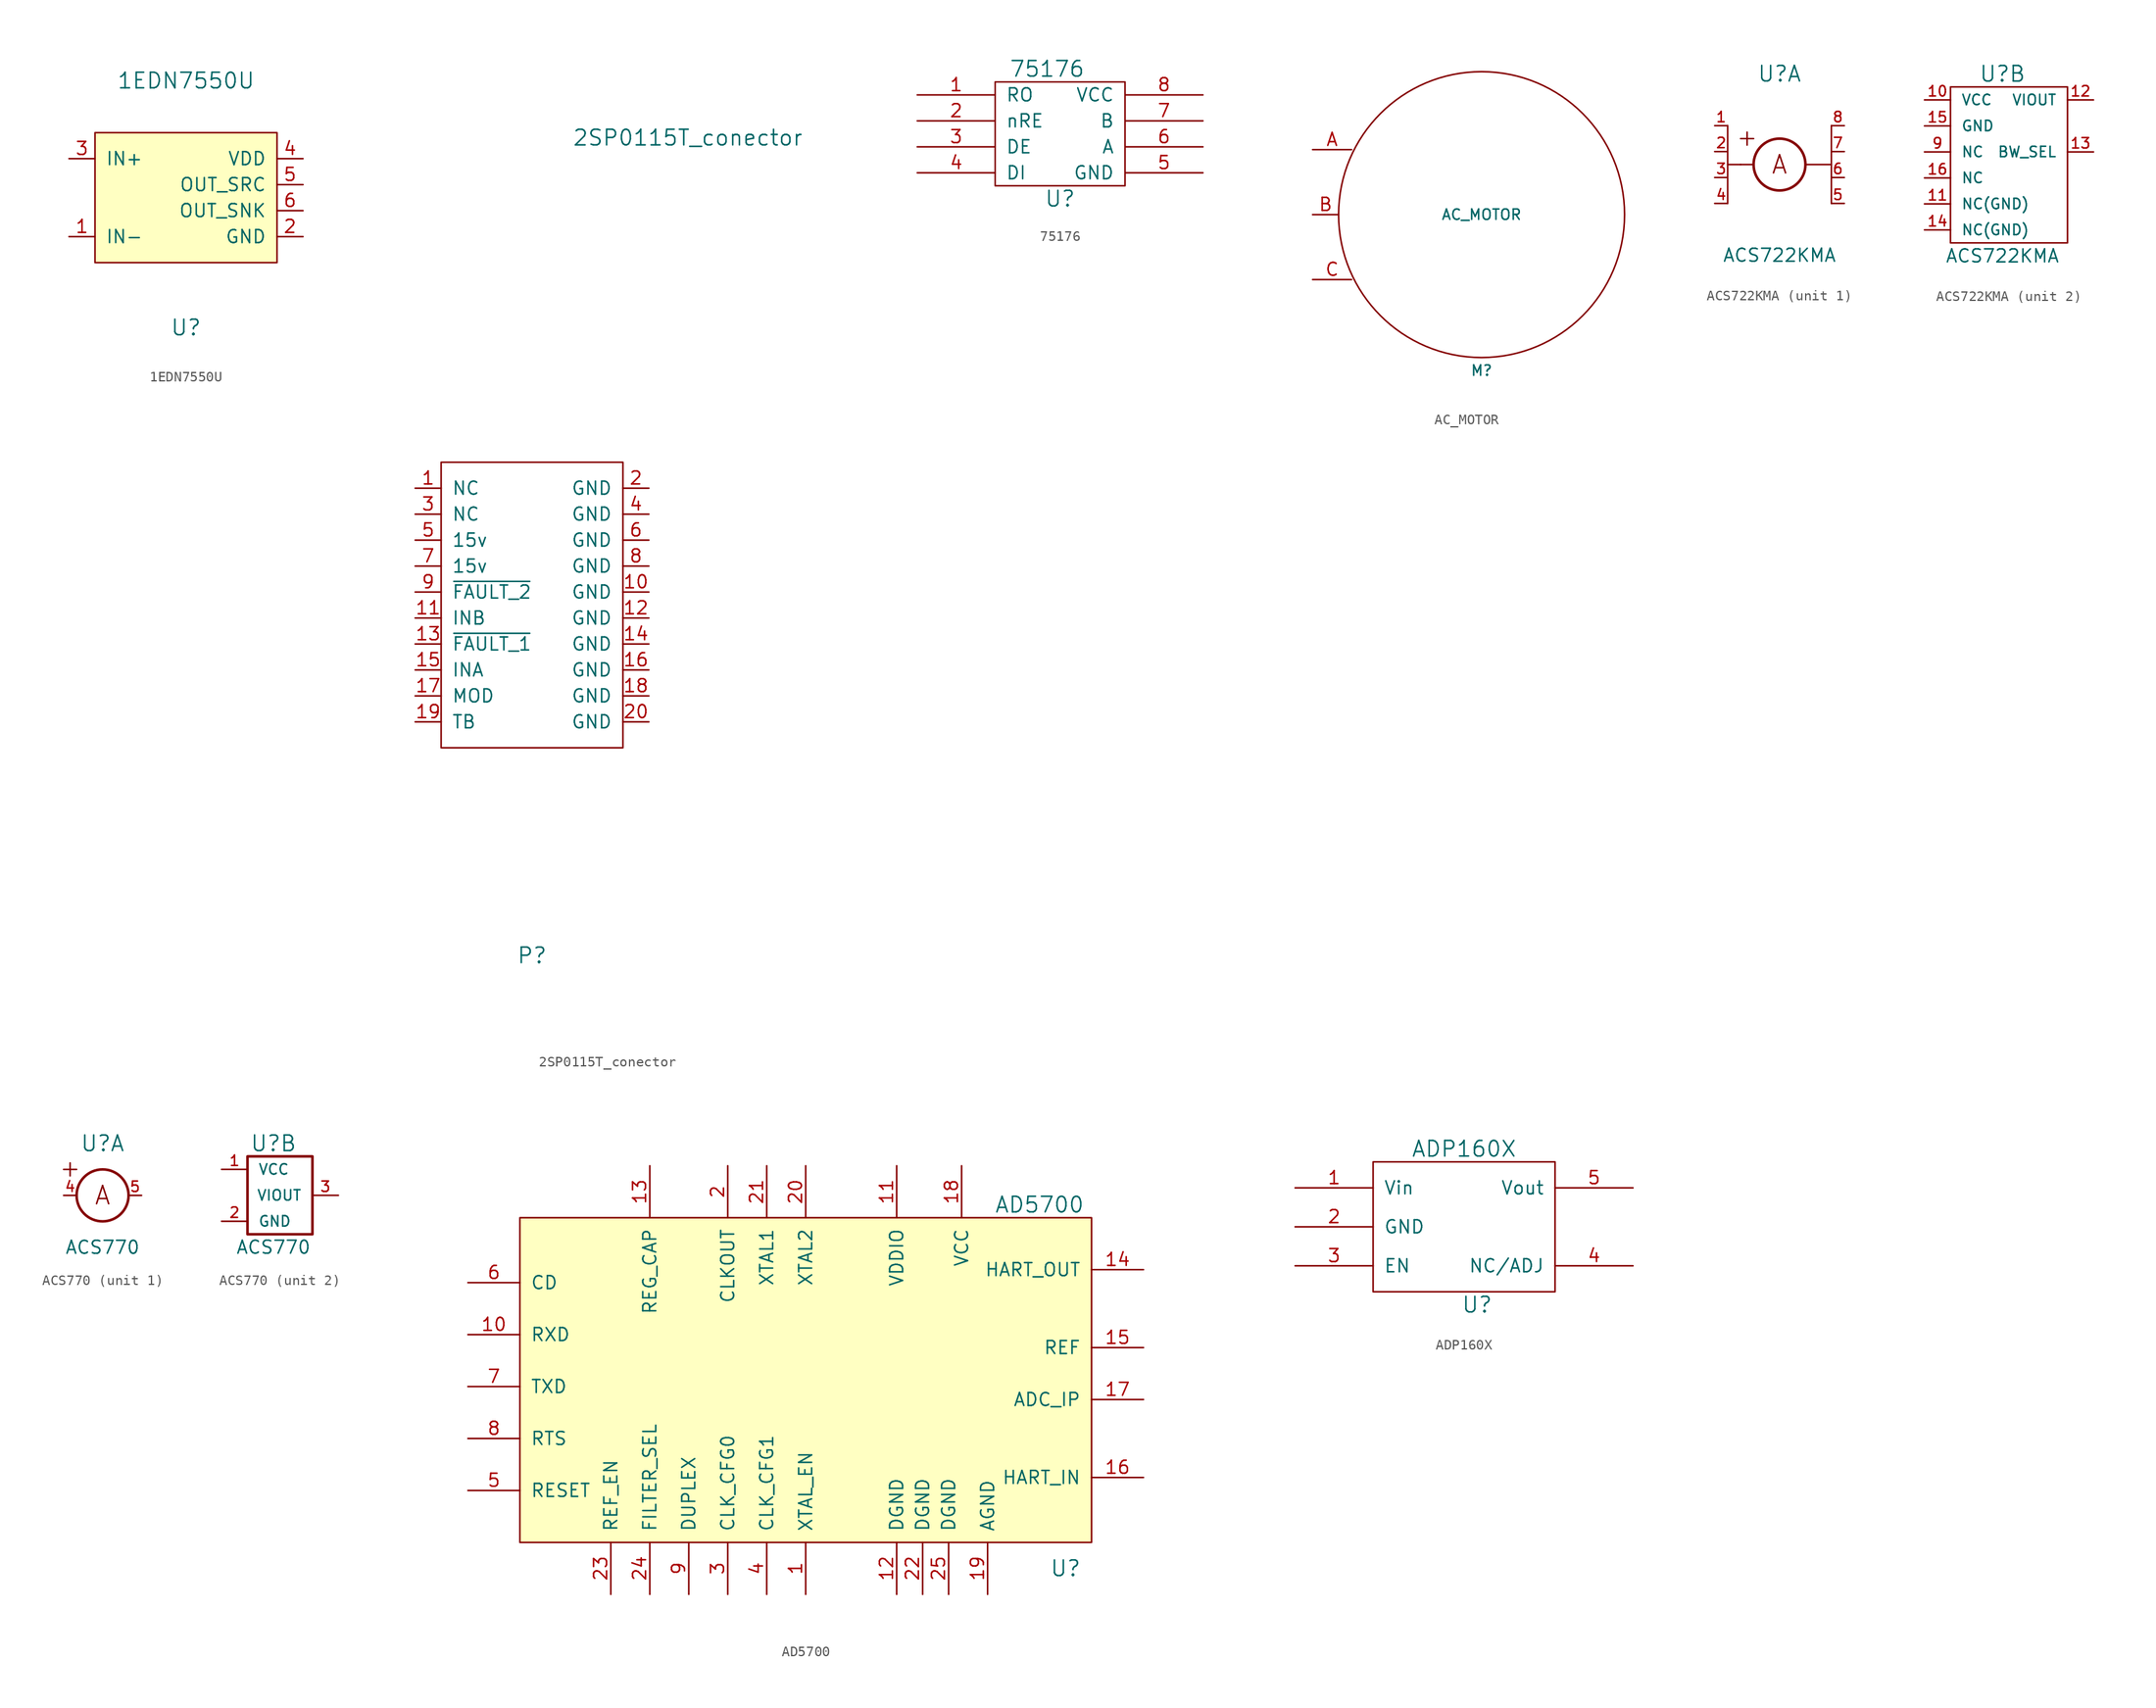
<source format=kicad_sym>
(kicad_symbol_lib
  (version 20211014)
  (generator kicad_symbol_editor)
  (symbol "1EDN7550U"
    (pin_names
      (offset 1.016))
    (property "Reference" "U"
      (at 0 -12.7 0)
      (effects (font (size 1.524 1.524))))
    (property "Value" "1EDN7550U"
      (at 0 11.43 0)
      (effects (font (size 1.524 1.524))))
    (symbol "1EDN7550U_0_1"
      (rectangle (start -8.89 6.35) (end 8.89 -6.35) (stroke (width 0) (type default) (color 0 0 0 0)) (fill (type background))))
    (symbol "1EDN7550U_1_1"
      (pin input line (at -11.43 -3.81 0) (length 2.54) (name "IN-" (effects (font (size 1.27 1.27)))) (number "1" (effects (font (size 1.27 1.27)))))
      (pin input line (at 11.43 -3.81 180) (length 2.54) (name "GND" (effects (font (size 1.27 1.27)))) (number "2" (effects (font (size 1.27 1.27)))))
      (pin input line (at -11.43 3.81 0) (length 2.54) (name "IN+" (effects (font (size 1.27 1.27)))) (number "3" (effects (font (size 1.27 1.27)))))
      (pin input line (at 11.43 3.81 180) (length 2.54) (name "VDD" (effects (font (size 1.27 1.27)))) (number "4" (effects (font (size 1.27 1.27)))))
      (pin input line (at 11.43 1.27 180) (length 2.54) (name "OUT_SRC" (effects (font (size 1.27 1.27)))) (number "5" (effects (font (size 1.27 1.27)))))
      (pin input line (at 11.43 -1.27 180) (length 2.54) (name "OUT_SNK" (effects (font (size 1.27 1.27)))) (number "6" (effects (font (size 1.27 1.27)))))))
  (symbol "2SP0115T_conector"
    (pin_names
      (offset 1.016))
    (property "Reference" "P"
      (at 0 -34.29 0)
      (effects (font (size 1.524 1.524))))
    (property "Value" "2SP0115T_conector"
      (at 15.24 45.72 0)
      (effects (font (size 1.524 1.524))))
    (symbol "2SP0115T_conector_0_1"
      (rectangle (start -8.89 13.97) (end 8.89 -13.97) (stroke (width 0) (type default) (color 0 0 0 0)) (fill (type none))))
    (symbol "2SP0115T_conector_1_1"
      (pin passive line (at -11.43 11.43 0) (length 2.54) (name "NC" (effects (font (size 1.27 1.27)))) (number "1" (effects (font (size 1.27 1.27)))))
      (pin power_in line (at 11.43 1.27 180) (length 2.54) (name "GND" (effects (font (size 1.27 1.27)))) (number "10" (effects (font (size 1.27 1.27)))))
      (pin input line (at -11.43 -1.27 0) (length 2.54) (name "INB" (effects (font (size 1.27 1.27)))) (number "11" (effects (font (size 1.27 1.27)))))
      (pin power_in line (at 11.43 -1.27 180) (length 2.54) (name "GND" (effects (font (size 1.27 1.27)))) (number "12" (effects (font (size 1.27 1.27)))))
      (pin output line (at -11.43 -3.81 0) (length 2.54) (name "~{FAULT_1}" (effects (font (size 1.27 1.27)))) (number "13" (effects (font (size 1.27 1.27)))))
      (pin power_in line (at 11.43 -3.81 180) (length 2.54) (name "GND" (effects (font (size 1.27 1.27)))) (number "14" (effects (font (size 1.27 1.27)))))
      (pin input line (at -11.43 -6.35 0) (length 2.54) (name "INA" (effects (font (size 1.27 1.27)))) (number "15" (effects (font (size 1.27 1.27)))))
      (pin power_in line (at 11.43 -6.35 180) (length 2.54) (name "GND" (effects (font (size 1.27 1.27)))) (number "16" (effects (font (size 1.27 1.27)))))
      (pin input line (at -11.43 -8.89 0) (length 2.54) (name "MOD" (effects (font (size 1.27 1.27)))) (number "17" (effects (font (size 1.27 1.27)))))
      (pin power_in line (at 11.43 -8.89 180) (length 2.54) (name "GND" (effects (font (size 1.27 1.27)))) (number "18" (effects (font (size 1.27 1.27)))))
      (pin input line (at -11.43 -11.43 0) (length 2.54) (name "TB" (effects (font (size 1.27 1.27)))) (number "19" (effects (font (size 1.27 1.27)))))
      (pin power_in line (at 11.43 11.43 180) (length 2.54) (name "GND" (effects (font (size 1.27 1.27)))) (number "2" (effects (font (size 1.27 1.27)))))
      (pin power_in line (at 11.43 -11.43 180) (length 2.54) (name "GND" (effects (font (size 1.27 1.27)))) (number "20" (effects (font (size 1.27 1.27)))))
      (pin passive line (at -11.43 8.89 0) (length 2.54) (name "NC" (effects (font (size 1.27 1.27)))) (number "3" (effects (font (size 1.27 1.27)))))
      (pin power_in line (at 11.43 8.89 180) (length 2.54) (name "GND" (effects (font (size 1.27 1.27)))) (number "4" (effects (font (size 1.27 1.27)))))
      (pin power_in line (at -11.43 6.35 0) (length 2.54) (name "15v" (effects (font (size 1.27 1.27)))) (number "5" (effects (font (size 1.27 1.27)))))
      (pin power_in line (at 11.43 6.35 180) (length 2.54) (name "GND" (effects (font (size 1.27 1.27)))) (number "6" (effects (font (size 1.27 1.27)))))
      (pin power_in line (at -11.43 3.81 0) (length 2.54) (name "15v" (effects (font (size 1.27 1.27)))) (number "7" (effects (font (size 1.27 1.27)))))
      (pin power_in line (at 11.43 3.81 180) (length 2.54) (name "GND" (effects (font (size 1.27 1.27)))) (number "8" (effects (font (size 1.27 1.27)))))
      (pin output line (at -11.43 1.27 0) (length 2.54) (name "~{FAULT_2}" (effects (font (size 1.27 1.27)))) (number "9" (effects (font (size 1.27 1.27)))))))
  (symbol "75176"
    (pin_names
      (offset 1.016))
    (property "Reference" "U"
      (at 0 -6.35 0)
      (effects (font (size 1.524 1.524))))
    (property "Value" "75176"
      (at -1.27 6.35 0)
      (effects (font (size 1.524 1.524))))
    (property "Footprint" ""
      (at 0 0 0)
      (effects (font (size 1.524 1.524))))
    (property "Datasheet" ""
      (at 0 0 0)
      (effects (font (size 1.524 1.524))))
    (symbol "75176_0_1"
      (rectangle (start -6.35 5.08) (end 6.35 -5.08) (stroke (width 0) (type default) (color 0 0 0 0)) (fill (type none))))
    (symbol "75176_1_1"
      (pin input line (at -13.97 3.81 0) (length 7.62) (name "RO" (effects (font (size 1.27 1.27)))) (number "1" (effects (font (size 1.27 1.27)))))
      (pin input line (at -13.97 1.27 0) (length 7.62) (name "nRE" (effects (font (size 1.27 1.27)))) (number "2" (effects (font (size 1.27 1.27)))))
      (pin input line (at -13.97 -1.27 0) (length 7.62) (name "DE" (effects (font (size 1.27 1.27)))) (number "3" (effects (font (size 1.27 1.27)))))
      (pin input line (at -13.97 -3.81 0) (length 7.62) (name "DI" (effects (font (size 1.27 1.27)))) (number "4" (effects (font (size 1.27 1.27)))))
      (pin input line (at 13.97 -3.81 180) (length 7.62) (name "GND" (effects (font (size 1.27 1.27)))) (number "5" (effects (font (size 1.27 1.27)))))
      (pin input line (at 13.97 -1.27 180) (length 7.62) (name "A" (effects (font (size 1.27 1.27)))) (number "6" (effects (font (size 1.27 1.27)))))
      (pin input line (at 13.97 1.27 180) (length 7.62) (name "B" (effects (font (size 1.27 1.27)))) (number "7" (effects (font (size 1.27 1.27)))))
      (pin input line (at 13.97 3.81 180) (length 7.62) (name "VCC" (effects (font (size 1.27 1.27)))) (number "8" (effects (font (size 1.27 1.27)))))))
  (symbol "AC_MOTOR"
    (pin_names
      (offset 1.016))
    (property "Reference" "M"
      (at 0 -15.24 0)
      (effects (font (size 1.016 1.016))))
    (property "Value" "AC_MOTOR"
      (at 0 0 0)
      (effects (font (size 1.016 1.016))))
    (symbol "AC_MOTOR_0_1"
      (circle (center 0 0) (radius 13.97) (stroke (width 0) (type default) (color 0 0 0 0)) (fill (type none))))
    (symbol "AC_MOTOR_1_1"
      (pin passive line (at -16.51 6.35 0) (length 3.81) (name "~" (effects (font (size 1.27 1.27)))) (number "A" (effects (font (size 1.27 1.27)))))
      (pin passive line (at -16.51 0 0) (length 2.54) (name "~" (effects (font (size 1.27 1.27)))) (number "B" (effects (font (size 1.27 1.27)))))
      (pin passive line (at -16.51 -6.35 0) (length 3.81) (name "~" (effects (font (size 1.27 1.27)))) (number "C" (effects (font (size 1.27 1.27)))))))
  (symbol "ACS722KMA"
    (pin_names
      (offset 1.016))
    (property "Reference" "U"
      (at 0 8.89 0)
      (effects (font (size 1.524 1.524))))
    (property "Value" "ACS722KMA"
      (at 0 -8.89 0)
      (effects (font (size 1.27 1.27))))
    (property "ki_locked" ""
      (at 0 0 0)
      (effects (font (size 1.27 1.27))))
    (symbol "ACS722KMA_1_0"
      (text "A" (at 0 0 0) (effects (font (size 1.778 1.778)))))
    (symbol "ACS722KMA_1_1"
      (polyline (pts (xy -5.08 -3.81) (xy -5.08 3.81)) (stroke (width 0) (type default) (color 0 0 0 0)) (fill (type none)))
      (polyline (pts (xy -3.81 0) (xy -5.08 0)) (stroke (width 0) (type default) (color 0 0 0 0)) (fill (type none)))
      (polyline (pts (xy -3.81 0) (xy -2.54 0)) (stroke (width 0) (type default) (color 0 0 0 0)) (fill (type none)))
      (polyline (pts (xy -3.175 1.905) (xy -3.175 3.175)) (stroke (width 0) (type default) (color 0 0 0 0)) (fill (type none)))
      (polyline (pts (xy -2.54 2.54) (xy -3.81 2.54)) (stroke (width 0) (type default) (color 0 0 0 0)) (fill (type none)))
      (polyline (pts (xy 5.08 0) (xy 2.54 0)) (stroke (width 0) (type default) (color 0 0 0 0)) (fill (type none)))
      (polyline (pts (xy 5.08 3.81) (xy 5.08 -3.81)) (stroke (width 0) (type default) (color 0 0 0 0)) (fill (type none)))
      (circle (center 0 0) (radius 2.54) (stroke (width 0.254) (type default) (color 0 0 0 0)) (fill (type none)))
      (pin input line (at -6.35 3.81 0) (length 1.27) (name "IP+" (effects (font (size 0 0)))) (number "1" (effects (font (size 1.016 1.016)))))
      (pin passive line (at -6.35 1.27 0) (length 1.27) (name "IP+" (effects (font (size 0 0)))) (number "2" (effects (font (size 1.016 1.016)))))
      (pin passive line (at -6.35 -1.27 0) (length 1.27) (name "IP+" (effects (font (size 0 0)))) (number "3" (effects (font (size 1.016 1.016)))))
      (pin passive line (at -6.35 -3.81 0) (length 1.27) (name "IP+" (effects (font (size 0 0)))) (number "4" (effects (font (size 1.016 1.016)))))
      (pin input line (at 6.35 -3.81 180) (length 1.27) (name "IP-" (effects (font (size 0 0)))) (number "5" (effects (font (size 1.016 1.016)))))
      (pin input line (at 6.35 -1.27 180) (length 1.27) (name "IP-" (effects (font (size 0 0)))) (number "6" (effects (font (size 1.016 1.016)))))
      (pin input line (at 6.35 1.27 180) (length 1.27) (name "IP-" (effects (font (size 0 0)))) (number "7" (effects (font (size 1.016 1.016)))))
      (pin input line (at 6.35 3.81 180) (length 1.27) (name "IP-" (effects (font (size 0 0)))) (number "8" (effects (font (size 1.016 1.016))))))
    (symbol "ACS722KMA_2_1"
      (rectangle (start -5.08 7.62) (end 6.35 -7.62) (stroke (width 0) (type default) (color 0 0 0 0)) (fill (type none)))
      (pin passive line (at -7.62 6.35 0) (length 2.54) (name "VCC" (effects (font (size 1.016 1.016)))) (number "10" (effects (font (size 1.016 1.016)))))
      (pin passive line (at -7.62 -3.81 0) (length 2.54) (name "NC(GND)" (effects (font (size 1.016 1.016)))) (number "11" (effects (font (size 1.016 1.016)))))
      (pin passive line (at 8.89 6.35 180) (length 2.54) (name "VIOUT" (effects (font (size 1.016 1.016)))) (number "12" (effects (font (size 1.016 1.016)))))
      (pin passive line (at 8.89 1.27 180) (length 2.54) (name "BW_SEL" (effects (font (size 1.016 1.016)))) (number "13" (effects (font (size 1.016 1.016)))))
      (pin passive line (at -7.62 -6.35 0) (length 2.54) (name "NC(GND)" (effects (font (size 1.016 1.016)))) (number "14" (effects (font (size 1.016 1.016)))))
      (pin passive line (at -7.62 3.81 0) (length 2.54) (name "GND" (effects (font (size 1.016 1.016)))) (number "15" (effects (font (size 1.016 1.016)))))
      (pin passive line (at -7.62 -1.27 0) (length 2.54) (name "NC" (effects (font (size 1.016 1.016)))) (number "16" (effects (font (size 1.016 1.016)))))
      (pin passive line (at -7.62 1.27 0) (length 2.54) (name "NC" (effects (font (size 1.016 1.016)))) (number "9" (effects (font (size 1.016 1.016)))))))
  (symbol "ACS770"
    (pin_names
      (offset 1.016))
    (property "Reference" "U"
      (at 0 5.08 0)
      (effects (font (size 1.524 1.524))))
    (property "Value" "ACS770"
      (at 0 -5.08 0)
      (effects (font (size 1.27 1.27))))
    (property "ki_locked" ""
      (at 0 0 0)
      (effects (font (size 1.27 1.27))))
    (symbol "ACS770_1_0"
      (text "A" (at 0 0 0) (effects (font (size 1.778 1.778)))))
    (symbol "ACS770_1_1"
      (polyline (pts (xy -3.175 1.905) (xy -3.175 3.175)) (stroke (width 0) (type default) (color 0 0 0 0)) (fill (type none)))
      (polyline (pts (xy -2.54 2.54) (xy -3.81 2.54)) (stroke (width 0) (type default) (color 0 0 0 0)) (fill (type none)))
      (circle (center 0 0) (radius 2.54) (stroke (width 0.254) (type default) (color 0 0 0 0)) (fill (type none)))
      (pin passive line (at -3.81 0 0) (length 1.27) (name "IP+" (effects (font (size 0 0)))) (number "4" (effects (font (size 1.016 1.016)))))
      (pin passive line (at 3.81 0 180) (length 1.27) (name "IP-" (effects (font (size 0 0)))) (number "5" (effects (font (size 1.016 1.016))))))
    (symbol "ACS770_2_1"
      (rectangle (start -2.54 3.81) (end 3.81 -3.81) (stroke (width 0.254) (type default) (color 0 0 0 0)) (fill (type none)))
      (pin passive line (at -5.08 2.54 0) (length 2.54) (name "VCC" (effects (font (size 1.016 1.016)))) (number "1" (effects (font (size 1.016 1.016)))))
      (pin passive line (at -5.08 -2.54 0) (length 2.54) (name "GND" (effects (font (size 1.016 1.016)))) (number "2" (effects (font (size 1.016 1.016)))))
      (pin passive line (at 6.35 0 180) (length 2.54) (name "VIOUT" (effects (font (size 1.016 1.016)))) (number "3" (effects (font (size 1.016 1.016)))))))
  (symbol "AD5700"
    (pin_names
      (offset 1.016))
    (property "Reference" "U"
      (at 25.4 -17.78 0)
      (effects (font (size 1.524 1.524))))
    (property "Value" "AD5700"
      (at 22.86 17.78 0)
      (effects (font (size 1.524 1.524))))
    (property "Footprint" ""
      (at 0 0 0)
      (effects (font (size 1.524 1.524))))
    (property "Datasheet" ""
      (at 0 0 0)
      (effects (font (size 1.524 1.524))))
    (symbol "AD5700_0_1"
      (rectangle (start -27.94 16.51) (end 27.94 -15.24) (stroke (width 0) (type default) (color 0 0 0 0)) (fill (type background))))
    (symbol "AD5700_1_1"
      (pin input line (at 0 -20.32 90) (length 5.08) (name "XTAL_EN" (effects (font (size 1.27 1.27)))) (number "1" (effects (font (size 1.27 1.27)))))
      (pin input line (at -33.02 5.08 0) (length 5.08) (name "RXD" (effects (font (size 1.27 1.27)))) (number "10" (effects (font (size 1.27 1.27)))))
      (pin input line (at 8.89 21.59 270) (length 5.08) (name "VDDIO" (effects (font (size 1.27 1.27)))) (number "11" (effects (font (size 1.27 1.27)))))
      (pin input line (at 8.89 -20.32 90) (length 5.08) (name "DGND" (effects (font (size 1.27 1.27)))) (number "12" (effects (font (size 1.27 1.27)))))
      (pin input line (at -15.24 21.59 270) (length 5.08) (name "REG_CAP" (effects (font (size 1.27 1.27)))) (number "13" (effects (font (size 1.27 1.27)))))
      (pin input line (at 33.02 11.43 180) (length 5.08) (name "HART_OUT" (effects (font (size 1.27 1.27)))) (number "14" (effects (font (size 1.27 1.27)))))
      (pin input line (at 33.02 3.81 180) (length 5.08) (name "REF" (effects (font (size 1.27 1.27)))) (number "15" (effects (font (size 1.27 1.27)))))
      (pin input line (at 33.02 -8.89 180) (length 5.08) (name "HART_IN" (effects (font (size 1.27 1.27)))) (number "16" (effects (font (size 1.27 1.27)))))
      (pin input line (at 33.02 -1.27 180) (length 5.08) (name "ADC_IP" (effects (font (size 1.27 1.27)))) (number "17" (effects (font (size 1.27 1.27)))))
      (pin input line (at 15.24 21.59 270) (length 5.08) (name "VCC" (effects (font (size 1.27 1.27)))) (number "18" (effects (font (size 1.27 1.27)))))
      (pin input line (at 17.78 -20.32 90) (length 5.08) (name "AGND" (effects (font (size 1.27 1.27)))) (number "19" (effects (font (size 1.27 1.27)))))
      (pin input line (at -7.62 21.59 270) (length 5.08) (name "CLKOUT" (effects (font (size 1.27 1.27)))) (number "2" (effects (font (size 1.27 1.27)))))
      (pin input line (at 0 21.59 270) (length 5.08) (name "XTAL2" (effects (font (size 1.27 1.27)))) (number "20" (effects (font (size 1.27 1.27)))))
      (pin input line (at -3.81 21.59 270) (length 5.08) (name "XTAL1" (effects (font (size 1.27 1.27)))) (number "21" (effects (font (size 1.27 1.27)))))
      (pin input line (at 11.43 -20.32 90) (length 5.08) (name "DGND" (effects (font (size 1.27 1.27)))) (number "22" (effects (font (size 1.27 1.27)))))
      (pin input line (at -19.05 -20.32 90) (length 5.08) (name "REF_EN" (effects (font (size 1.27 1.27)))) (number "23" (effects (font (size 1.27 1.27)))))
      (pin input line (at -15.24 -20.32 90) (length 5.08) (name "FILTER_SEL" (effects (font (size 1.27 1.27)))) (number "24" (effects (font (size 1.27 1.27)))))
      (pin input line (at 13.97 -20.32 90) (length 5.08) (name "DGND" (effects (font (size 1.27 1.27)))) (number "25" (effects (font (size 1.27 1.27)))))
      (pin input line (at -7.62 -20.32 90) (length 5.08) (name "CLK_CFG0" (effects (font (size 1.27 1.27)))) (number "3" (effects (font (size 1.27 1.27)))))
      (pin input line (at -3.81 -20.32 90) (length 5.08) (name "CLK_CFG1" (effects (font (size 1.27 1.27)))) (number "4" (effects (font (size 1.27 1.27)))))
      (pin input line (at -33.02 -10.16 0) (length 5.08) (name "RESET" (effects (font (size 1.27 1.27)))) (number "5" (effects (font (size 1.27 1.27)))))
      (pin input line (at -33.02 10.16 0) (length 5.08) (name "CD" (effects (font (size 1.27 1.27)))) (number "6" (effects (font (size 1.27 1.27)))))
      (pin input line (at -33.02 0 0) (length 5.08) (name "TXD" (effects (font (size 1.27 1.27)))) (number "7" (effects (font (size 1.27 1.27)))))
      (pin input line (at -33.02 -5.08 0) (length 5.08) (name "RTS" (effects (font (size 1.27 1.27)))) (number "8" (effects (font (size 1.27 1.27)))))
      (pin input line (at -11.43 -20.32 90) (length 5.08) (name "DUPLEX" (effects (font (size 1.27 1.27)))) (number "9" (effects (font (size 1.27 1.27)))))))
  (symbol "ADP160X"
    (pin_names
      (offset 1.016))
    (property "Reference" "U"
      (at 1.27 -3.81 0)
      (effects (font (size 1.524 1.524))))
    (property "Value" "ADP160X"
      (at 0 11.43 0)
      (effects (font (size 1.524 1.524))))
    (property "Footprint" ""
      (at -2.54 0 0)
      (effects (font (size 1.524 1.524))))
    (property "Datasheet" ""
      (at -2.54 0 0)
      (effects (font (size 1.524 1.524))))
    (symbol "ADP160X_0_1"
      (rectangle (start -8.89 10.16) (end 8.89 -2.54) (stroke (width 0) (type default) (color 0 0 0 0)) (fill (type none))))
    (symbol "ADP160X_1_1"
      (pin input line (at -16.51 7.62 0) (length 7.62) (name "Vin" (effects (font (size 1.27 1.27)))) (number "1" (effects (font (size 1.27 1.27)))))
      (pin input line (at -16.51 3.81 0) (length 7.62) (name "GND" (effects (font (size 1.27 1.27)))) (number "2" (effects (font (size 1.27 1.27)))))
      (pin input line (at -16.51 0 0) (length 7.62) (name "EN" (effects (font (size 1.27 1.27)))) (number "3" (effects (font (size 1.27 1.27)))))
      (pin input line (at 16.51 0 180) (length 7.62) (name "NC/ADJ" (effects (font (size 1.27 1.27)))) (number "4" (effects (font (size 1.27 1.27)))))
      (pin input line (at 16.51 7.62 180) (length 7.62) (name "Vout" (effects (font (size 1.27 1.27)))) (number "5" (effects (font (size 1.27 1.27))))))))
</source>
